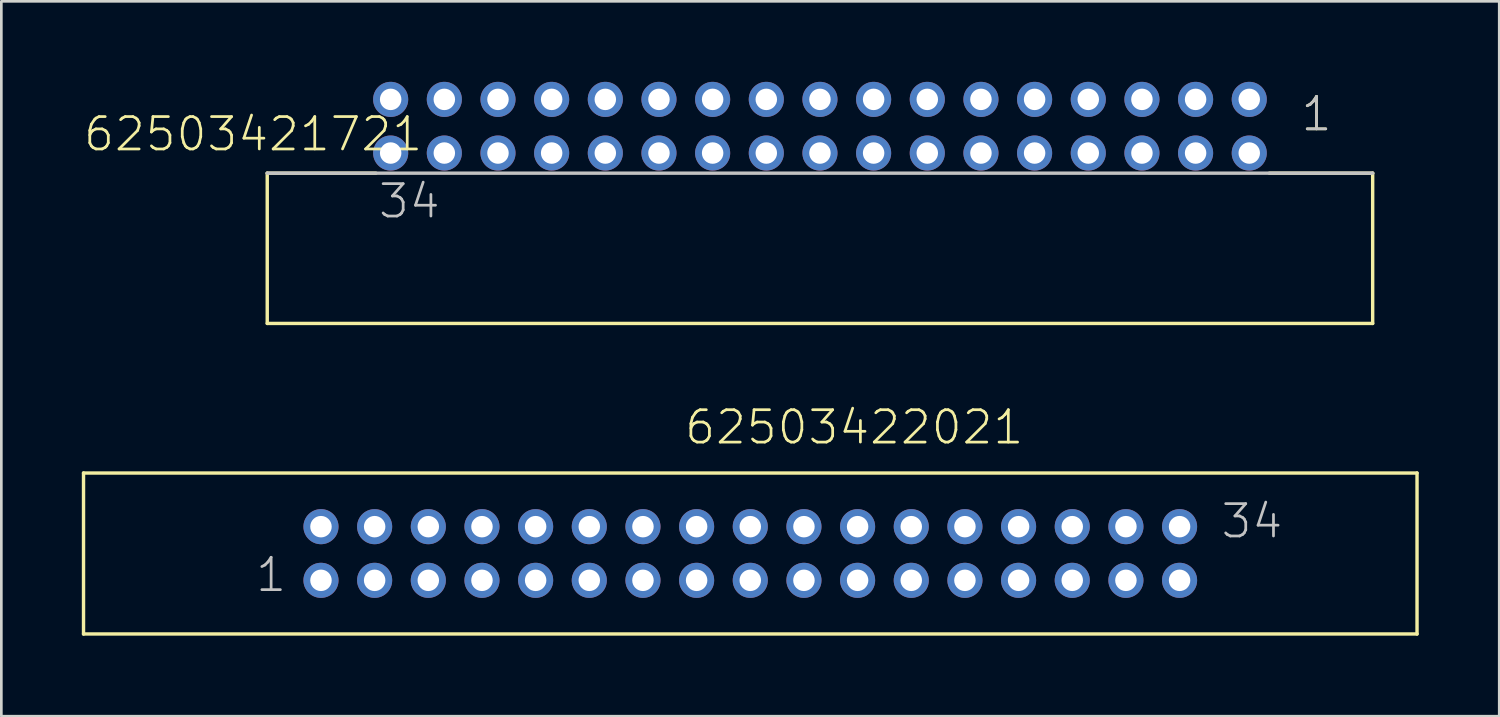
<source format=kicad_pcb>
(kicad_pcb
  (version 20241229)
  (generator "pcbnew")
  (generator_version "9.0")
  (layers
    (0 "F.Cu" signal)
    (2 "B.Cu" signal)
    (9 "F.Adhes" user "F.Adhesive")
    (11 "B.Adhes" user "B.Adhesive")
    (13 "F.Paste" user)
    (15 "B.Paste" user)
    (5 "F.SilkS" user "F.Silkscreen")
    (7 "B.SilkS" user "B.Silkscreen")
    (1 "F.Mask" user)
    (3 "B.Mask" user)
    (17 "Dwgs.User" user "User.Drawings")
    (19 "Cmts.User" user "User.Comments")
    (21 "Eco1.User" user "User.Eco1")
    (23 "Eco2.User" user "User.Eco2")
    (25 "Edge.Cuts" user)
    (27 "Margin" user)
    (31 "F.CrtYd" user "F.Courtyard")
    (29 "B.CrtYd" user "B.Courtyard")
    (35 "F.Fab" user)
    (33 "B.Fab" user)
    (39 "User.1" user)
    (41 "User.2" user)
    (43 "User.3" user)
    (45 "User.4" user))
  (footprint "62503421721"
    (layer "F.Cu")
    (at 27.51 1.654)
    (property "Reference" "62503421721" (at -27.51 1 0) (layer "F.SilkS") (effects (font (size 1.206 1.206) (thickness 0.102)) (justify left bottom)))
    (attr through_hole)
    (fp_line (start -20.6 1.75) (end -20.6 7.35) (stroke (width 0.127) (type solid)) (layer "F.SilkS"))
    (fp_line (start -20.6 7.35) (end 20.6 7.35) (stroke (width 0.127) (type solid)) (layer "F.SilkS"))
    (fp_line (start -16.55 1.75) (end -20.6 1.75) (stroke (width 0.127) (type solid)) (layer "F.SilkS"))
    (fp_line (start 16.75 1.75) (end 20.6 1.75) (stroke (width 0.127) (type solid)) (layer "F.SilkS"))
    (fp_line (start 20.6 7.35) (end 20.6 1.75) (stroke (width 0.127) (type solid)) (layer "F.SilkS"))
    (fp_line (start 20.6 1.75) (end -20.6 1.75) (stroke (width 0.127) (type solid)) (layer "Dwgs.User"))
    (fp_text user "1" (at 17.865 0.25 0) (layer "F.SilkS") (effects (font (size 1.206 1.206) (thickness 0.102)) (justify left bottom)))
    (fp_text user "1" (at 17.865 0.25 0) (layer "Dwgs.User") (effects (font (size 1.206 1.206) (thickness 0.102)) (justify left bottom)))
    (fp_text user "34" (at -16.52 3.5 0) (layer "Dwgs.User") (effects (font (size 1.206 1.206) (thickness 0.102)) (justify left bottom)))
    (pad "1" thru_hole circle (at 16 -1 180) (size 1.308 1.308) (drill 0.8) (layers "*.Cu" "*.Mask"))
    (pad "2" thru_hole circle (at 16 1 180) (size 1.308 1.308) (drill 0.8) (layers "*.Cu" "*.Mask"))
    (pad "3" thru_hole circle (at 14 -1 180) (size 1.308 1.308) (drill 0.8) (layers "*.Cu" "*.Mask"))
    (pad "4" thru_hole circle (at 14 1 180) (size 1.308 1.308) (drill 0.8) (layers "*.Cu" "*.Mask"))
    (pad "5" thru_hole circle (at 12 -1 180) (size 1.308 1.308) (drill 0.8) (layers "*.Cu" "*.Mask"))
    (pad "6" thru_hole circle (at 12 1 180) (size 1.308 1.308) (drill 0.8) (layers "*.Cu" "*.Mask"))
    (pad "7" thru_hole circle (at 10 -1 180) (size 1.308 1.308) (drill 0.8) (layers "*.Cu" "*.Mask"))
    (pad "8" thru_hole circle (at 10 1 180) (size 1.308 1.308) (drill 0.8) (layers "*.Cu" "*.Mask"))
    (pad "9" thru_hole circle (at 8 -1 180) (size 1.308 1.308) (drill 0.8) (layers "*.Cu" "*.Mask"))
    (pad "10" thru_hole circle (at 8 1 180) (size 1.308 1.308) (drill 0.8) (layers "*.Cu" "*.Mask"))
    (pad "11" thru_hole circle (at 6 -1 180) (size 1.308 1.308) (drill 0.8) (layers "*.Cu" "*.Mask"))
    (pad "12" thru_hole circle (at 6 1 180) (size 1.308 1.308) (drill 0.8) (layers "*.Cu" "*.Mask"))
    (pad "13" thru_hole circle (at 4 -1 180) (size 1.308 1.308) (drill 0.8) (layers "*.Cu" "*.Mask"))
    (pad "14" thru_hole circle (at 4 1 180) (size 1.308 1.308) (drill 0.8) (layers "*.Cu" "*.Mask"))
    (pad "15" thru_hole circle (at 2 -1 180) (size 1.308 1.308) (drill 0.8) (layers "*.Cu" "*.Mask"))
    (pad "16" thru_hole circle (at 2 1 180) (size 1.308 1.308) (drill 0.8) (layers "*.Cu" "*.Mask"))
    (pad "17" thru_hole circle (at 0 -1 180) (size 1.308 1.308) (drill 0.8) (layers "*.Cu" "*.Mask"))
    (pad "18" thru_hole circle (at 0 1 180) (size 1.308 1.308) (drill 0.8) (layers "*.Cu" "*.Mask"))
    (pad "19" thru_hole circle (at -2 -1 180) (size 1.308 1.308) (drill 0.8) (layers "*.Cu" "*.Mask"))
    (pad "20" thru_hole circle (at -2 1 180) (size 1.308 1.308) (drill 0.8) (layers "*.Cu" "*.Mask"))
    (pad "21" thru_hole circle (at -4 -1 180) (size 1.308 1.308) (drill 0.8) (layers "*.Cu" "*.Mask"))
    (pad "22" thru_hole circle (at -4 1 180) (size 1.308 1.308) (drill 0.8) (layers "*.Cu" "*.Mask"))
    (pad "23" thru_hole circle (at -6 -1 180) (size 1.308 1.308) (drill 0.8) (layers "*.Cu" "*.Mask"))
    (pad "24" thru_hole circle (at -6 1 180) (size 1.308 1.308) (drill 0.8) (layers "*.Cu" "*.Mask"))
    (pad "25" thru_hole circle (at -8 -1 180) (size 1.308 1.308) (drill 0.8) (layers "*.Cu" "*.Mask"))
    (pad "26" thru_hole circle (at -8 1 180) (size 1.308 1.308) (drill 0.8) (layers "*.Cu" "*.Mask"))
    (pad "27" thru_hole circle (at -10 -1 180) (size 1.308 1.308) (drill 0.8) (layers "*.Cu" "*.Mask"))
    (pad "28" thru_hole circle (at -10 1 180) (size 1.308 1.308) (drill 0.8) (layers "*.Cu" "*.Mask"))
    (pad "29" thru_hole circle (at -12 -1 180) (size 1.308 1.308) (drill 0.8) (layers "*.Cu" "*.Mask"))
    (pad "30" thru_hole circle (at -12 1 180) (size 1.308 1.308) (drill 0.8) (layers "*.Cu" "*.Mask"))
    (pad "31" thru_hole circle (at -14 -1 180) (size 1.308 1.308) (drill 0.8) (layers "*.Cu" "*.Mask"))
    (pad "32" thru_hole circle (at -14 1 180) (size 1.308 1.308) (drill 0.8) (layers "*.Cu" "*.Mask"))
    (pad "33" thru_hole circle (at -16 -1 180) (size 1.308 1.308) (drill 0.8) (layers "*.Cu" "*.Mask"))
    (pad "34" thru_hole circle (at -16 1 180) (size 1.308 1.308) (drill 0.8) (layers "*.Cu" "*.Mask")))
  (footprint "62503422021"
    (layer "F.Cu")
    (at 24.913 17.579)
    (property "Reference" "62503422021" (at -2.51 -4 0) (layer "F.SilkS") (effects (font (size 1.206 1.206) (thickness 0.102)) (justify left bottom)))
    (attr through_hole)
    (fp_line (start -24.85 -3) (end -24.85 3) (stroke (width 0.127) (type solid)) (layer "F.SilkS"))
    (fp_line (start -24.85 3) (end 24.85 3) (stroke (width 0.127) (type solid)) (layer "F.SilkS"))
    (fp_line (start 24.85 -3) (end -24.85 -3) (stroke (width 0.127) (type solid)) (layer "F.SilkS"))
    (fp_line (start 24.85 3) (end 24.85 -3) (stroke (width 0.127) (type solid)) (layer "F.SilkS"))
    (fp_text user "1" (at -18.5 1.5 0) (layer "Dwgs.User") (effects (font (size 1.206 1.206) (thickness 0.102)) (justify left bottom)))
    (fp_text user "34" (at 17.48 -0.5 0) (layer "Dwgs.User") (effects (font (size 1.206 1.206) (thickness 0.102)) (justify left bottom)))
    (pad "1" thru_hole circle (at -16 1) (size 1.308 1.308) (drill 0.8) (layers "*.Cu" "*.Mask"))
    (pad "2" thru_hole circle (at -16 -1) (size 1.308 1.308) (drill 0.8) (layers "*.Cu" "*.Mask"))
    (pad "3" thru_hole circle (at -14 1) (size 1.308 1.308) (drill 0.8) (layers "*.Cu" "*.Mask"))
    (pad "4" thru_hole circle (at -14 -1) (size 1.308 1.308) (drill 0.8) (layers "*.Cu" "*.Mask"))
    (pad "5" thru_hole circle (at -12 1) (size 1.308 1.308) (drill 0.8) (layers "*.Cu" "*.Mask"))
    (pad "6" thru_hole circle (at -12 -1) (size 1.308 1.308) (drill 0.8) (layers "*.Cu" "*.Mask"))
    (pad "7" thru_hole circle (at -10 1) (size 1.308 1.308) (drill 0.8) (layers "*.Cu" "*.Mask"))
    (pad "8" thru_hole circle (at -10 -1) (size 1.308 1.308) (drill 0.8) (layers "*.Cu" "*.Mask"))
    (pad "9" thru_hole circle (at -8 1) (size 1.308 1.308) (drill 0.8) (layers "*.Cu" "*.Mask"))
    (pad "10" thru_hole circle (at -8 -1) (size 1.308 1.308) (drill 0.8) (layers "*.Cu" "*.Mask"))
    (pad "11" thru_hole circle (at -6 1) (size 1.308 1.308) (drill 0.8) (layers "*.Cu" "*.Mask"))
    (pad "12" thru_hole circle (at -6 -1) (size 1.308 1.308) (drill 0.8) (layers "*.Cu" "*.Mask"))
    (pad "13" thru_hole circle (at -4 1) (size 1.308 1.308) (drill 0.8) (layers "*.Cu" "*.Mask"))
    (pad "14" thru_hole circle (at -4 -1) (size 1.308 1.308) (drill 0.8) (layers "*.Cu" "*.Mask"))
    (pad "15" thru_hole circle (at -2 1) (size 1.308 1.308) (drill 0.8) (layers "*.Cu" "*.Mask"))
    (pad "16" thru_hole circle (at -2 -1) (size 1.308 1.308) (drill 0.8) (layers "*.Cu" "*.Mask"))
    (pad "17" thru_hole circle (at 0 1) (size 1.308 1.308) (drill 0.8) (layers "*.Cu" "*.Mask"))
    (pad "18" thru_hole circle (at 0 -1) (size 1.308 1.308) (drill 0.8) (layers "*.Cu" "*.Mask"))
    (pad "19" thru_hole circle (at 2 1) (size 1.308 1.308) (drill 0.8) (layers "*.Cu" "*.Mask"))
    (pad "20" thru_hole circle (at 2 -1) (size 1.308 1.308) (drill 0.8) (layers "*.Cu" "*.Mask"))
    (pad "21" thru_hole circle (at 4 1) (size 1.308 1.308) (drill 0.8) (layers "*.Cu" "*.Mask"))
    (pad "22" thru_hole circle (at 4 -1) (size 1.308 1.308) (drill 0.8) (layers "*.Cu" "*.Mask"))
    (pad "23" thru_hole circle (at 6 1) (size 1.308 1.308) (drill 0.8) (layers "*.Cu" "*.Mask"))
    (pad "24" thru_hole circle (at 6 -1) (size 1.308 1.308) (drill 0.8) (layers "*.Cu" "*.Mask"))
    (pad "25" thru_hole circle (at 8 1) (size 1.308 1.308) (drill 0.8) (layers "*.Cu" "*.Mask"))
    (pad "26" thru_hole circle (at 8 -1) (size 1.308 1.308) (drill 0.8) (layers "*.Cu" "*.Mask"))
    (pad "27" thru_hole circle (at 10 1) (size 1.308 1.308) (drill 0.8) (layers "*.Cu" "*.Mask"))
    (pad "28" thru_hole circle (at 10 -1) (size 1.308 1.308) (drill 0.8) (layers "*.Cu" "*.Mask"))
    (pad "29" thru_hole circle (at 12 1) (size 1.308 1.308) (drill 0.8) (layers "*.Cu" "*.Mask"))
    (pad "30" thru_hole circle (at 12 -1) (size 1.308 1.308) (drill 0.8) (layers "*.Cu" "*.Mask"))
    (pad "31" thru_hole circle (at 14 1) (size 1.308 1.308) (drill 0.8) (layers "*.Cu" "*.Mask"))
    (pad "32" thru_hole circle (at 14 -1) (size 1.308 1.308) (drill 0.8) (layers "*.Cu" "*.Mask"))
    (pad "33" thru_hole circle (at 16 1) (size 1.308 1.308) (drill 0.8) (layers "*.Cu" "*.Mask"))
    (pad "34" thru_hole circle (at 16 -1) (size 1.308 1.308) (drill 0.8) (layers "*.Cu" "*.Mask")))
  (gr_rect
    (start -3 -3)
    (end 52.827 23.642)
    (stroke (width 0.1) (type default))
    (fill no)
    (layer "Edge.Cuts")))
</source>
